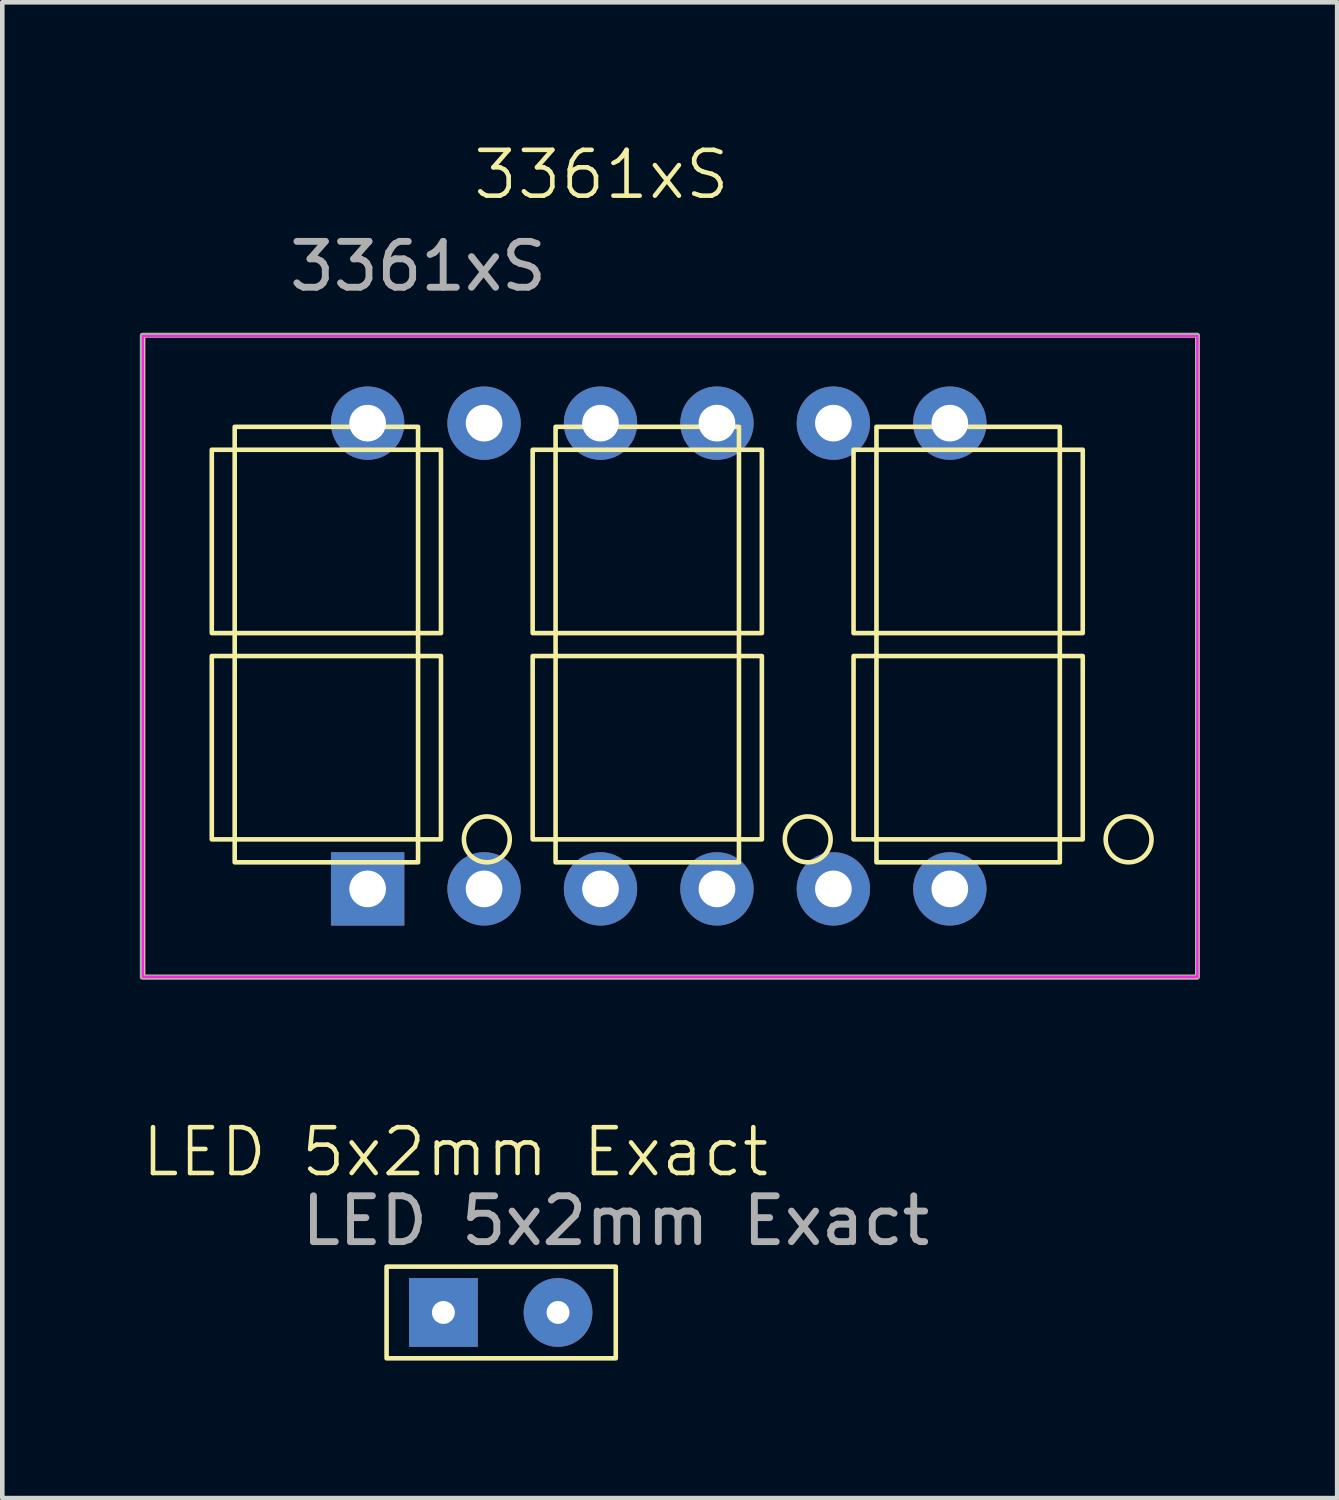
<source format=kicad_pcb>
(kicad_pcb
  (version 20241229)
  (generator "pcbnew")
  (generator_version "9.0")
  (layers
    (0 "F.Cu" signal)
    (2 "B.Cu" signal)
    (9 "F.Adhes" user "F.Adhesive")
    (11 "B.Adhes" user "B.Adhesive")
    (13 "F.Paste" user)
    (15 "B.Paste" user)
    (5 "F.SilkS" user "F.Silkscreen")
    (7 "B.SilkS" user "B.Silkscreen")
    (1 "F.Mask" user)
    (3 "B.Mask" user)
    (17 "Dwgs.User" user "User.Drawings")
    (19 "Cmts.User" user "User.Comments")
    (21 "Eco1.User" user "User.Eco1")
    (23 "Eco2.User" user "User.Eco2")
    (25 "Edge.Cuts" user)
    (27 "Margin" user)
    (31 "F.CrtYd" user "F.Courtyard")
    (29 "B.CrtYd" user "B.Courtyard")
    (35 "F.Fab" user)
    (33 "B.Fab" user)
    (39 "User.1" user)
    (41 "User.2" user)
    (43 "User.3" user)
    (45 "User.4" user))
  (footprint "3361xS"
    (layer "F.Cu")
    (at 4.97 6.181)
    (property "Reference" "3361xS" (at 5.1 -5.42 0) (unlocked yes) (layer "F.SilkS") (effects (font (size 1 1) (thickness 0.1))))
    (attr smd)
    (fp_rect (start -4.9 -1.92) (end 18.1 12.08) (stroke (width 0.1) (type default)) (fill no) (layer "F.SilkS"))
    (fp_rect (start -3.4 0.58) (end -2.9 4.58) (stroke (width 0.1) (type default)) (fill no) (layer "F.SilkS"))
    (fp_rect (start -3.4 5.08) (end -2.9 9.08) (stroke (width 0.1) (type default)) (fill no) (layer "F.SilkS"))
    (fp_rect (start -2.9 0.08) (end 1.1 0.58) (stroke (width 0.1) (type default)) (fill no) (layer "F.SilkS"))
    (fp_rect (start -2.9 4.58) (end 1.1 5.08) (stroke (width 0.1) (type default)) (fill no) (layer "F.SilkS"))
    (fp_rect (start -2.9 9.08) (end 1.1 9.58) (stroke (width 0.1) (type default)) (fill no) (layer "F.SilkS"))
    (fp_rect (start 1.1 0.58) (end 1.6 4.58) (stroke (width 0.1) (type default)) (fill no) (layer "F.SilkS"))
    (fp_rect (start 1.1 5.08) (end 1.6 9.08) (stroke (width 0.1) (type default)) (fill no) (layer "F.SilkS"))
    (fp_rect (start 3.6 0.58) (end 4.1 4.58) (stroke (width 0.1) (type default)) (fill no) (layer "F.SilkS"))
    (fp_rect (start 3.6 5.08) (end 4.1 9.08) (stroke (width 0.1) (type default)) (fill no) (layer "F.SilkS"))
    (fp_rect (start 4.1 0.08) (end 8.1 0.58) (stroke (width 0.1) (type default)) (fill no) (layer "F.SilkS"))
    (fp_rect (start 4.1 4.58) (end 8.1 5.08) (stroke (width 0.1) (type default)) (fill no) (layer "F.SilkS"))
    (fp_rect (start 4.1 9.08) (end 8.1 9.58) (stroke (width 0.1) (type default)) (fill no) (layer "F.SilkS"))
    (fp_rect (start 8.1 0.58) (end 8.6 4.58) (stroke (width 0.1) (type default)) (fill no) (layer "F.SilkS"))
    (fp_rect (start 8.1 5.08) (end 8.6 9.08) (stroke (width 0.1) (type default)) (fill no) (layer "F.SilkS"))
    (fp_rect (start 10.6 0.58) (end 11.1 4.58) (stroke (width 0.1) (type default)) (fill no) (layer "F.SilkS"))
    (fp_rect (start 10.6 5.08) (end 11.1 9.08) (stroke (width 0.1) (type default)) (fill no) (layer "F.SilkS"))
    (fp_rect (start 11.1 0.08) (end 15.1 0.58) (stroke (width 0.1) (type default)) (fill no) (layer "F.SilkS"))
    (fp_rect (start 11.1 4.58) (end 15.1 5.08) (stroke (width 0.1) (type default)) (fill no) (layer "F.SilkS"))
    (fp_rect (start 11.1 9.08) (end 15.1 9.58) (stroke (width 0.1) (type default)) (fill no) (layer "F.SilkS"))
    (fp_rect (start 15.1 0.58) (end 15.6 4.58) (stroke (width 0.1) (type default)) (fill no) (layer "F.SilkS"))
    (fp_rect (start 15.1 5.08) (end 15.6 9.08) (stroke (width 0.1) (type default)) (fill no) (layer "F.SilkS"))
    (fp_circle (center 2.6 9.08) (end 2.6 8.58) (stroke (width 0.1) (type default)) (fill no) (layer "F.SilkS"))
    (fp_circle (center 9.6 9.08) (end 9.6 8.58) (stroke (width 0.1) (type default)) (fill no) (layer "F.SilkS"))
    (fp_circle (center 16.6 9.08) (end 16.6 8.58) (stroke (width 0.1) (type default)) (fill no) (layer "F.SilkS"))
    (fp_rect (start -4.9 -1.9) (end 18.1 12.08) (stroke (width 0.05) (type default)) (fill no) (layer "F.CrtYd"))
    (fp_rect (start -4.92 -1.92) (end 18.1 12.09) (stroke (width 0.1) (type default)) (fill no) (layer "F.Fab"))
    (fp_text user "${REFERENCE}" (at 1.1 -3.42 0) (unlocked yes) (layer "F.Fab") (effects (font (size 1 1) (thickness 0.15))))
    (pad "1" thru_hole rect (at 0 10.16) (size 1.6 1.6) (drill 0.8) (layers "*.Cu" "*.Mask"))
    (pad "2" thru_hole circle (at 2.54 10.16) (size 1.6 1.6) (drill 0.8) (layers "*.Cu" "*.Mask"))
    (pad "3" thru_hole circle (at 5.08 10.16) (size 1.6 1.6) (drill 0.8) (layers "*.Cu" "*.Mask"))
    (pad "4" thru_hole circle (at 7.62 10.16) (size 1.6 1.6) (drill 0.8) (layers "*.Cu" "*.Mask"))
    (pad "5" thru_hole circle (at 10.16 10.16) (size 1.6 1.6) (drill 0.8) (layers "*.Cu" "*.Mask"))
    (pad "6" thru_hole circle (at 12.7 10.16) (size 1.6 1.6) (drill 0.8) (layers "*.Cu" "*.Mask"))
    (pad "7" thru_hole circle (at 12.7 0) (size 1.6 1.6) (drill 0.8) (layers "*.Cu" "*.Mask"))
    (pad "8" thru_hole circle (at 10.16 0) (size 1.6 1.6) (drill 0.8) (layers "*.Cu" "*.Mask"))
    (pad "9" thru_hole circle (at 7.62 0) (size 1.6 1.6) (drill 0.8) (layers "*.Cu" "*.Mask"))
    (pad "10" thru_hole circle (at 5.08 0) (size 1.6 1.6) (drill 0.8) (layers "*.Cu" "*.Mask"))
    (pad "11" thru_hole circle (at 2.54 0) (size 1.6 1.6) (drill 0.8) (layers "*.Cu" "*.Mask"))
    (pad "12" thru_hole circle (at 0 0) (size 1.6 1.6) (drill 0.8) (layers "*.Cu" "*.Mask")))
  (footprint "LED 5x2mm Exact"
    (layer "F.Cu")
    (at 7.383 26.081)
    (property "Reference" "LED 5x2mm Exact" (at -0.5 -4 0) (unlocked yes) (layer "F.SilkS") (effects (font (size 1 1) (thickness 0.1))))
    (attr smd)
    (fp_rect (start -2 -1.5) (end 3 0.5) (stroke (width 0.1) (type default)) (fill no) (layer "F.SilkS"))
    (fp_text user "${REFERENCE}" (at 3 -2.5 0) (unlocked yes) (layer "F.Fab") (effects (font (size 1 1) (thickness 0.15))))
    (pad "1" thru_hole rect (at -0.76 -0.5) (size 1.5 1.5) (drill 0.5) (layers "*.Cu" "*.Mask"))
    (pad "2" thru_hole circle (at 1.74 -0.5) (size 1.5 1.5) (drill 0.5) (layers "*.Cu" "*.Mask")))
  (gr_rect
    (start -3 -3)
    (end 26.12 29.631)
    (stroke (width 0.1) (type default))
    (fill no)
    (layer "Edge.Cuts")))
</source>
